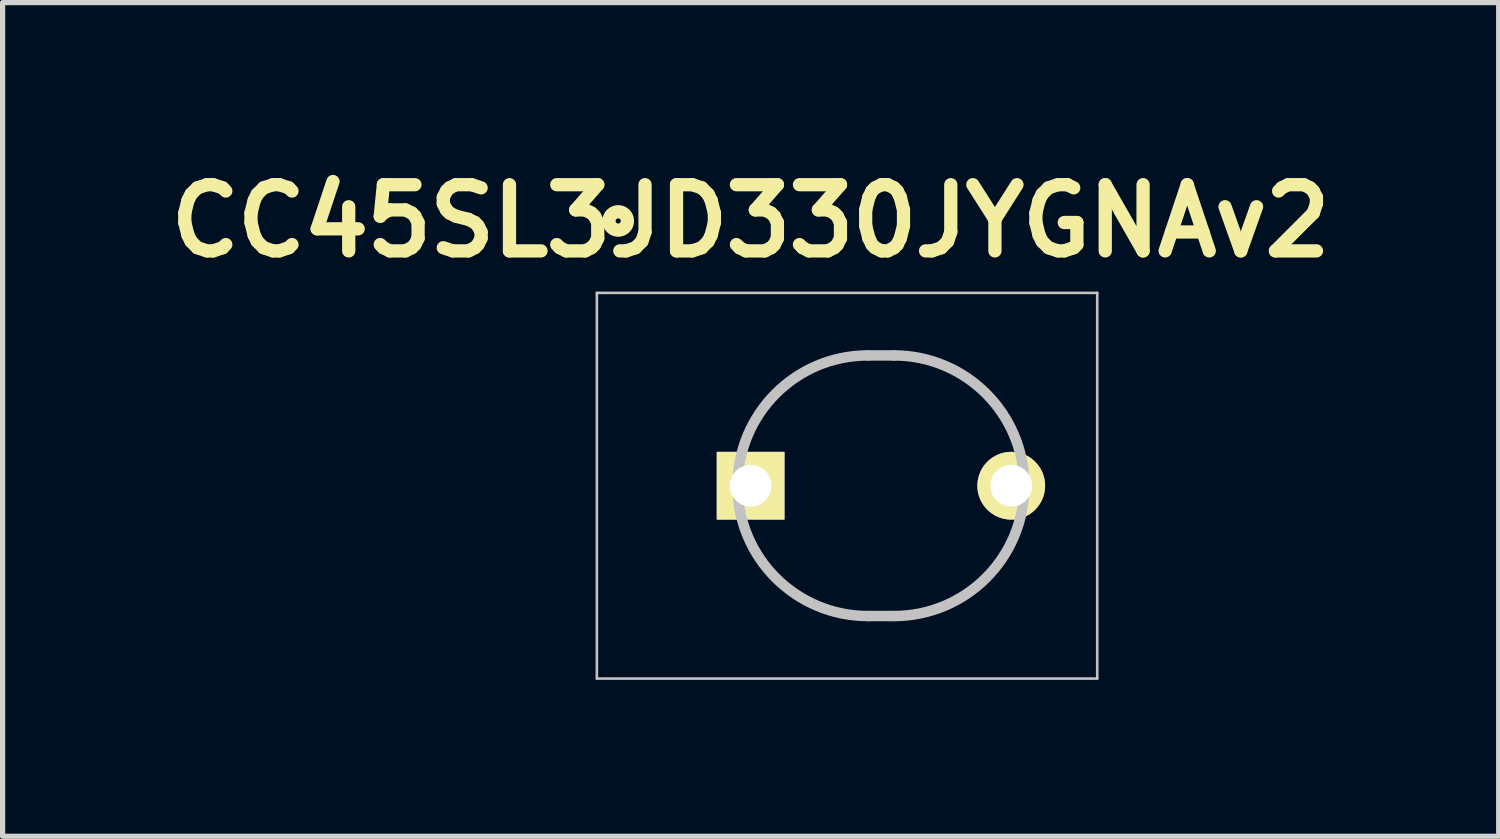
<source format=kicad_pcb>
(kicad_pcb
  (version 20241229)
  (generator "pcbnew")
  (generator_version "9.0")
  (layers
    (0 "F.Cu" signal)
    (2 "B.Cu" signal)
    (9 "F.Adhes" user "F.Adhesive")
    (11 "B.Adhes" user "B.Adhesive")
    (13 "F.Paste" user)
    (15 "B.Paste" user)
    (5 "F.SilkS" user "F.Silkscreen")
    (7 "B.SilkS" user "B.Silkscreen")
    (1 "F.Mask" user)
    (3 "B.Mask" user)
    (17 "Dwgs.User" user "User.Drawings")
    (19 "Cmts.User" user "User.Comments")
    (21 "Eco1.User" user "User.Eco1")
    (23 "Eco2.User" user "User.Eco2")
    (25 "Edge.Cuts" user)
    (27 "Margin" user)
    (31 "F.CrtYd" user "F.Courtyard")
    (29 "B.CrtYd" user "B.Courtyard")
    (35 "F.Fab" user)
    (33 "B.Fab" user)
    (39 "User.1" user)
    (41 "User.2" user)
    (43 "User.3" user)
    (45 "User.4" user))
  (footprint "CC45SL3JD330JYGNAv2"
    (layer "F.Cu")
    (at 11.351 6.269)
    (property "Reference" "CC45SL3JD330JYGNAv2" (at 0 -5.08 0) (layer "F.SilkS") (effects (font (size 1.27 1.27) (thickness 0.254))))
    (attr through_hole)
    (fp_circle (center -2.54 -5.08) (end -2.59 -5.08) (stroke (width 0.254) (type solid)) (fill no) (layer "F.SilkS"))
    (fp_line (start -2.95 -3.7) (end 6.65 -3.7) (stroke (width 0.05) (type solid)) (layer "Dwgs.User"))
    (fp_line (start -2.95 3.7) (end -2.95 -3.7) (stroke (width 0.05) (type solid)) (layer "Dwgs.User"))
    (fp_line (start 2.25 -2.5) (end 2.75 -2.5) (stroke (width 0.2) (type solid)) (layer "Dwgs.User"))
    (fp_line (start 2.75 2.5) (end 2.25 2.5) (stroke (width 0.2) (type solid)) (layer "Dwgs.User"))
    (fp_line (start 6.65 -3.7) (end 6.65 3.7) (stroke (width 0.05) (type solid)) (layer "Dwgs.User"))
    (fp_line (start 6.65 3.7) (end -2.95 3.7) (stroke (width 0.05) (type solid)) (layer "Dwgs.User"))
    (fp_arc (start 2.25 2.5) (mid -0.25 0) (end 2.25 -2.5) (stroke (width 0.2) (type solid)) (layer "Dwgs.User"))
    (fp_arc (start 2.75 -2.5) (mid 5.25 0) (end 2.75 2.5) (stroke (width 0.2) (type solid)) (layer "Dwgs.User"))
    (pad "1" thru_hole rect (at 0 0 90) (size 1.3 1.3) (drill 0.8) (layers "*.Cu" "*.Mask" "F.SilkS"))
    (pad "2" thru_hole circle (at 5 0 90) (size 1.3 1.3) (drill 0.8) (layers "*.Cu" "*.Mask" "F.SilkS")))
  (gr_rect
    (start -3 -3)
    (end 25.703 12.994)
    (stroke (width 0.1) (type default))
    (fill no)
    (layer "Edge.Cuts")))
</source>
